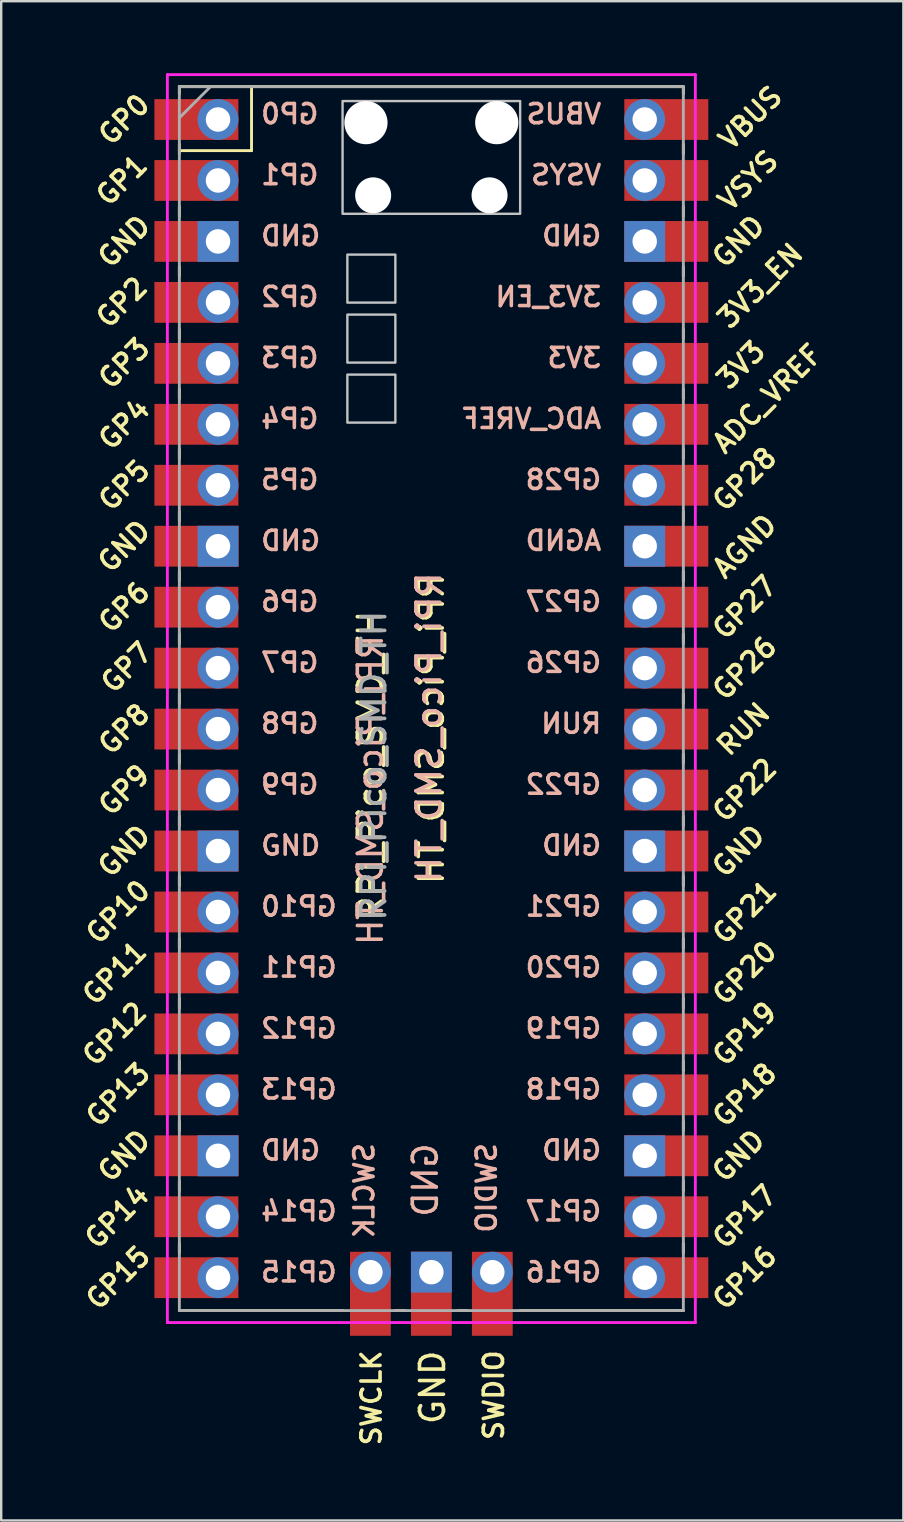
<source format=kicad_pcb>
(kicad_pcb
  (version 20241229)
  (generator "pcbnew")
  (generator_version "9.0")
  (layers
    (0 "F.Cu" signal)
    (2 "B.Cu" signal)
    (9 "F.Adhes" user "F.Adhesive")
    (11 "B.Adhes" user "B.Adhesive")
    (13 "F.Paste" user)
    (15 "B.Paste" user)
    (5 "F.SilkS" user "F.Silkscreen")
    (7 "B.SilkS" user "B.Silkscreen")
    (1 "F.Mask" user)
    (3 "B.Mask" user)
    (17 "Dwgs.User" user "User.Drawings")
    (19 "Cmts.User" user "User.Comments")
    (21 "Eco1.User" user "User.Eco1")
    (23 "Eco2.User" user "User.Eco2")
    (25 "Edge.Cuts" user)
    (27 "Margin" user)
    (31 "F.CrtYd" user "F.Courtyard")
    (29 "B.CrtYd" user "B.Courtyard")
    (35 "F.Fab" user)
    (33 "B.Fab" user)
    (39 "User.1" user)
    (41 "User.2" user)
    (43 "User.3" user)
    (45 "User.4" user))
  (footprint "RPi_Pico_SMD_TH"
    (layer "F.Cu")
    (at 14.924 26.06)
    (property "Reference" "RPi_Pico_SMD_TH" (at -2.54 2.8 90) (layer "F.SilkS") (effects (font (size 1 1) (thickness 0.15))))
    (property "Value" "RPi_Pico_SMD_TH" (at -0.1 1.2 90) (layer "F.Fab") (hide yes) (effects (font (size 1 1) (thickness 0.15))))
    (attr through_hole)
    (fp_line (start -10.5 -25.5) (end -10.5 -25.2) (stroke (width 0.12) (type solid)) (layer "F.SilkS"))
    (fp_line (start -10.5 -25.5) (end 10.5 -25.5) (stroke (width 0.12) (type solid)) (layer "F.SilkS"))
    (fp_line (start -10.5 -23.1) (end -10.5 -22.7) (stroke (width 0.12) (type solid)) (layer "F.SilkS"))
    (fp_line (start -10.5 -22.833) (end -7.493 -22.833) (stroke (width 0.12) (type solid)) (layer "F.SilkS"))
    (fp_line (start -10.5 -20.5) (end -10.5 -20.1) (stroke (width 0.12) (type solid)) (layer "F.SilkS"))
    (fp_line (start -10.5 -18) (end -10.5 -17.6) (stroke (width 0.12) (type solid)) (layer "F.SilkS"))
    (fp_line (start -10.5 -15.4) (end -10.5 -15) (stroke (width 0.12) (type solid)) (layer "F.SilkS"))
    (fp_line (start -10.5 -12.9) (end -10.5 -12.5) (stroke (width 0.12) (type solid)) (layer "F.SilkS"))
    (fp_line (start -10.5 -10.4) (end -10.5 -10) (stroke (width 0.12) (type solid)) (layer "F.SilkS"))
    (fp_line (start -10.5 -7.8) (end -10.5 -7.4) (stroke (width 0.12) (type solid)) (layer "F.SilkS"))
    (fp_line (start -10.5 -5.3) (end -10.5 -4.9) (stroke (width 0.12) (type solid)) (layer "F.SilkS"))
    (fp_line (start -10.5 -2.7) (end -10.5 -2.3) (stroke (width 0.12) (type solid)) (layer "F.SilkS"))
    (fp_line (start -10.5 -0.2) (end -10.5 0.2) (stroke (width 0.12) (type solid)) (layer "F.SilkS"))
    (fp_line (start -10.5 2.3) (end -10.5 2.7) (stroke (width 0.12) (type solid)) (layer "F.SilkS"))
    (fp_line (start -10.5 4.9) (end -10.5 5.3) (stroke (width 0.12) (type solid)) (layer "F.SilkS"))
    (fp_line (start -10.5 7.4) (end -10.5 7.8) (stroke (width 0.12) (type solid)) (layer "F.SilkS"))
    (fp_line (start -10.5 10) (end -10.5 10.4) (stroke (width 0.12) (type solid)) (layer "F.SilkS"))
    (fp_line (start -10.5 12.5) (end -10.5 12.9) (stroke (width 0.12) (type solid)) (layer "F.SilkS"))
    (fp_line (start -10.5 15.1) (end -10.5 15.5) (stroke (width 0.12) (type solid)) (layer "F.SilkS"))
    (fp_line (start -10.5 17.6) (end -10.5 18) (stroke (width 0.12) (type solid)) (layer "F.SilkS"))
    (fp_line (start -10.5 20.1) (end -10.5 20.5) (stroke (width 0.12) (type solid)) (layer "F.SilkS"))
    (fp_line (start -10.5 22.7) (end -10.5 23.1) (stroke (width 0.12) (type solid)) (layer "F.SilkS"))
    (fp_line (start -7.493 -22.833) (end -7.493 -25.5) (stroke (width 0.12) (type solid)) (layer "F.SilkS"))
    (fp_line (start -3.7 25.5) (end -10.5 25.5) (stroke (width 0.12) (type solid)) (layer "F.SilkS"))
    (fp_line (start -1.5 25.5) (end -1.1 25.5) (stroke (width 0.12) (type solid)) (layer "F.SilkS"))
    (fp_line (start 1.1 25.5) (end 1.5 25.5) (stroke (width 0.12) (type solid)) (layer "F.SilkS"))
    (fp_line (start 10.5 -25.5) (end 10.5 -25.2) (stroke (width 0.12) (type solid)) (layer "F.SilkS"))
    (fp_line (start 10.5 -23.1) (end 10.5 -22.7) (stroke (width 0.12) (type solid)) (layer "F.SilkS"))
    (fp_line (start 10.5 -20.5) (end 10.5 -20.1) (stroke (width 0.12) (type solid)) (layer "F.SilkS"))
    (fp_line (start 10.5 -18) (end 10.5 -17.6) (stroke (width 0.12) (type solid)) (layer "F.SilkS"))
    (fp_line (start 10.5 -15.4) (end 10.5 -15) (stroke (width 0.12) (type solid)) (layer "F.SilkS"))
    (fp_line (start 10.5 -12.9) (end 10.5 -12.5) (stroke (width 0.12) (type solid)) (layer "F.SilkS"))
    (fp_line (start 10.5 -10.4) (end 10.5 -10) (stroke (width 0.12) (type solid)) (layer "F.SilkS"))
    (fp_line (start 10.5 -7.8) (end 10.5 -7.4) (stroke (width 0.12) (type solid)) (layer "F.SilkS"))
    (fp_line (start 10.5 -5.3) (end 10.5 -4.9) (stroke (width 0.12) (type solid)) (layer "F.SilkS"))
    (fp_line (start 10.5 -2.7) (end 10.5 -2.3) (stroke (width 0.12) (type solid)) (layer "F.SilkS"))
    (fp_line (start 10.5 -0.2) (end 10.5 0.2) (stroke (width 0.12) (type solid)) (layer "F.SilkS"))
    (fp_line (start 10.5 2.3) (end 10.5 2.7) (stroke (width 0.12) (type solid)) (layer "F.SilkS"))
    (fp_line (start 10.5 4.9) (end 10.5 5.3) (stroke (width 0.12) (type solid)) (layer "F.SilkS"))
    (fp_line (start 10.5 7.4) (end 10.5 7.8) (stroke (width 0.12) (type solid)) (layer "F.SilkS"))
    (fp_line (start 10.5 10) (end 10.5 10.4) (stroke (width 0.12) (type solid)) (layer "F.SilkS"))
    (fp_line (start 10.5 12.5) (end 10.5 12.9) (stroke (width 0.12) (type solid)) (layer "F.SilkS"))
    (fp_line (start 10.5 15.1) (end 10.5 15.5) (stroke (width 0.12) (type solid)) (layer "F.SilkS"))
    (fp_line (start 10.5 17.6) (end 10.5 18) (stroke (width 0.12) (type solid)) (layer "F.SilkS"))
    (fp_line (start 10.5 20.1) (end 10.5 20.5) (stroke (width 0.12) (type solid)) (layer "F.SilkS"))
    (fp_line (start 10.5 22.7) (end 10.5 23.1) (stroke (width 0.12) (type solid)) (layer "F.SilkS"))
    (fp_line (start 10.5 25.5) (end 3.7 25.5) (stroke (width 0.12) (type solid)) (layer "F.SilkS"))
    (fp_poly (pts (xy -1.5 -16.5) (xy -3.5 -16.5) (xy -3.5 -18.5) (xy -1.5 -18.5)) (stroke (width 0.1) (type solid)) (fill no) (layer "Dwgs.User"))
    (fp_poly (pts (xy -1.5 -14) (xy -3.5 -14) (xy -3.5 -16) (xy -1.5 -16)) (stroke (width 0.1) (type solid)) (fill no) (layer "Dwgs.User"))
    (fp_poly (pts (xy -1.5 -11.5) (xy -3.5 -11.5) (xy -3.5 -13.5) (xy -1.5 -13.5)) (stroke (width 0.1) (type solid)) (fill no) (layer "Dwgs.User"))
    (fp_poly (pts (xy 3.7 -20.2) (xy -3.7 -20.2) (xy -3.7 -24.9) (xy 3.7 -24.9)) (stroke (width 0.1) (type solid)) (fill no) (layer "Dwgs.User"))
    (fp_line (start -11 -26) (end 11 -26) (stroke (width 0.12) (type solid)) (layer "F.CrtYd"))
    (fp_line (start -11 26) (end -11 -26) (stroke (width 0.12) (type solid)) (layer "F.CrtYd"))
    (fp_line (start 11 -26) (end 11 26) (stroke (width 0.12) (type solid)) (layer "F.CrtYd"))
    (fp_line (start 11 26) (end -11 26) (stroke (width 0.12) (type solid)) (layer "F.CrtYd"))
    (fp_line (start -10.5 -25.5) (end 10.5 -25.5) (stroke (width 0.12) (type solid)) (layer "F.Fab"))
    (fp_line (start -10.5 -24.2) (end -9.2 -25.5) (stroke (width 0.12) (type solid)) (layer "F.Fab"))
    (fp_line (start -10.5 25.5) (end -10.5 -25.5) (stroke (width 0.12) (type solid)) (layer "F.Fab"))
    (fp_line (start 10.5 -25.5) (end 10.5 25.5) (stroke (width 0.12) (type solid)) (layer "F.Fab"))
    (fp_line (start 10.5 25.5) (end -10.5 25.5) (stroke (width 0.12) (type solid)) (layer "F.Fab"))
    (fp_text user "GP0" (at -12.8 -24.13 45) (layer "F.SilkS") (effects (font (size 0.8 0.8) (thickness 0.15))))
    (fp_text user "GP10" (at -13.054 8.89 45) (layer "F.SilkS") (effects (font (size 0.8 0.8) (thickness 0.15))))
    (fp_text user "3V3_EN" (at 13.7 -17.2 45) (layer "F.SilkS") (effects (font (size 0.8 0.8) (thickness 0.15))))
    (fp_text user "GP2" (at -12.9 -16.51 45) (layer "F.SilkS") (effects (font (size 0.8 0.8) (thickness 0.15))))
    (fp_text user "GND" (at 12.8 -19.05 45) (layer "F.SilkS") (effects (font (size 0.8 0.8) (thickness 0.15))))
    (fp_text user "GND" (at 0.05 28.7 90) (unlocked yes) (layer "F.SilkS") (effects (font (size 1 1) (thickness 0.15))))
    (fp_text user "AGND" (at 13.054 -6.35 45) (layer "F.SilkS") (effects (font (size 0.8 0.8) (thickness 0.15))))
    (fp_text user "VSYS" (at 13.2 -21.59 45) (layer "F.SilkS") (effects (font (size 0.8 0.8) (thickness 0.15))))
    (fp_text user "GP19" (at 13.054 13.97 45) (layer "F.SilkS") (effects (font (size 0.8 0.8) (thickness 0.15))))
    (fp_text user "GP17" (at 13.054 21.59 45) (layer "F.SilkS") (effects (font (size 0.8 0.8) (thickness 0.15))))
    (fp_text user "GP5" (at -12.8 -8.89 45) (layer "F.SilkS") (effects (font (size 0.8 0.8) (thickness 0.15))))
    (fp_text user "GP12" (at -13.2 13.97 45) (layer "F.SilkS") (effects (font (size 0.8 0.8) (thickness 0.15))))
    (fp_text user "GND" (at -12.8 6.35 45) (layer "F.SilkS") (effects (font (size 0.8 0.8) (thickness 0.15))))
    (fp_text user "GP13" (at -13.054 16.51 45) (layer "F.SilkS") (effects (font (size 0.8 0.8) (thickness 0.15))))
    (fp_text user "GP14" (at -13.1 21.59 45) (layer "F.SilkS") (effects (font (size 0.8 0.8) (thickness 0.15))))
    (fp_text user "GP28" (at 13.054 -9.144 45) (layer "F.SilkS") (effects (font (size 0.8 0.8) (thickness 0.15))))
    (fp_text user "ADC_VREF" (at 14 -12.5 45) (layer "F.SilkS") (effects (font (size 0.8 0.8) (thickness 0.15))))
    (fp_text user "GP6" (at -12.8 -3.81 45) (layer "F.SilkS") (effects (font (size 0.8 0.8) (thickness 0.15))))
    (fp_text user "GND" (at 12.8 19.05 45) (layer "F.SilkS") (effects (font (size 0.8 0.8) (thickness 0.15))))
    (fp_text user "GP15" (at -13.054 24.13 45) (layer "F.SilkS") (effects (font (size 0.8 0.8) (thickness 0.15))))
    (fp_text user "GP20" (at 13.054 11.43 45) (layer "F.SilkS") (effects (font (size 0.8 0.8) (thickness 0.15))))
    (fp_text user "GND" (at -12.8 -6.35 45) (layer "F.SilkS") (effects (font (size 0.8 0.8) (thickness 0.15))))
    (fp_text user "GP21" (at 13.054 8.9 45) (layer "F.SilkS") (effects (font (size 0.8 0.8) (thickness 0.15))))
    (fp_text user "GP3" (at -12.8 -13.97 45) (layer "F.SilkS") (effects (font (size 0.8 0.8) (thickness 0.15))))
    (fp_text user "SWCLK" (at -2.5 29.138 90) (layer "F.SilkS") (effects (font (size 0.8 0.8) (thickness 0.15))))
    (fp_text user "GP18" (at 13.054 16.51 45) (layer "F.SilkS") (effects (font (size 0.8 0.8) (thickness 0.15))))
    (fp_text user "GND" (at 12.8 6.35 45) (layer "F.SilkS") (effects (font (size 0.8 0.8) (thickness 0.15))))
    (fp_text user "GP7" (at -12.7 -1.3 45) (layer "F.SilkS") (effects (font (size 0.8 0.8) (thickness 0.15))))
    (fp_text user "RUN" (at 13 1.27 45) (layer "F.SilkS") (effects (font (size 0.8 0.8) (thickness 0.15))))
    (fp_text user "GND" (at -12.8 19.05 45) (layer "F.SilkS") (effects (font (size 0.8 0.8) (thickness 0.15))))
    (fp_text user "GP9" (at -12.8 3.81 45) (layer "F.SilkS") (effects (font (size 0.8 0.8) (thickness 0.15))))
    (fp_text user "GP4" (at -12.8 -11.43 45) (layer "F.SilkS") (effects (font (size 0.8 0.8) (thickness 0.15))))
    (fp_text user "SWDIO" (at 2.6 29.024 90) (layer "F.SilkS") (effects (font (size 0.8 0.8) (thickness 0.15))))
    (fp_text user "GP26" (at 13.054 -1.27 45) (layer "F.SilkS") (effects (font (size 0.8 0.8) (thickness 0.15))))
    (fp_text user "GP22" (at 13.054 3.81 45) (layer "F.SilkS") (effects (font (size 0.8 0.8) (thickness 0.15))))
    (fp_text user "GP11" (at -13.2 11.43 45) (layer "F.SilkS") (effects (font (size 0.8 0.8) (thickness 0.15))))
    (fp_text user "${VALUE}" (at 0 1.27 90) (layer "F.SilkS") (effects (font (size 1 1) (thickness 0.15)) (justify mirror)))
    (fp_text user "GND" (at -12.8 -19.05 45) (layer "F.SilkS") (effects (font (size 0.8 0.8) (thickness 0.15))))
    (fp_text user "3V3" (at 12.9 -13.9 45) (layer "F.SilkS") (effects (font (size 0.8 0.8) (thickness 0.15))))
    (fp_text user "GP1" (at -12.9 -21.6 45) (layer "F.SilkS") (effects (font (size 0.8 0.8) (thickness 0.15))))
    (fp_text user "GP16" (at 13.054 24.13 45) (layer "F.SilkS") (effects (font (size 0.8 0.8) (thickness 0.15))))
    (fp_text user "GP27" (at 13.054 -3.8 45) (layer "F.SilkS") (effects (font (size 0.8 0.8) (thickness 0.15))))
    (fp_text user "GP8" (at -12.8 1.27 45) (layer "F.SilkS") (effects (font (size 0.8 0.8) (thickness 0.15))))
    (fp_text user "VBUS" (at 13.3 -24.2 45) (layer "F.SilkS") (effects (font (size 0.8 0.8) (thickness 0.15))))
    (fp_text user "AGND" (at 5.503 -6.58 0) (layer "B.SilkS") (effects (font (size 0.8 0.8) (thickness 0.15)) (justify mirror)))
    (fp_text user "GP8" (at -5.9 1.04 0) (layer "B.SilkS") (effects (font (size 0.8 0.8) (thickness 0.15)) (justify mirror)))
    (fp_text user "GND" (at 5.846 -19.28 0) (layer "B.SilkS") (effects (font (size 0.8 0.8) (thickness 0.15)) (justify mirror)))
    (fp_text user "VBUS" (at 5.522 -24.36 0) (layer "B.SilkS") (effects (font (size 0.8 0.8) (thickness 0.15)) (justify mirror)))
    (fp_text user "GP18" (at 5.503 16.28 0) (layer "B.SilkS") (effects (font (size 0.8 0.8) (thickness 0.15)) (justify mirror)))
    (fp_text user "VSYS" (at 5.617 -21.82 0) (layer "B.SilkS") (effects (font (size 0.8 0.8) (thickness 0.15)) (justify mirror)))
    (fp_text user "GP14" (at -5.519 21.36 0) (layer "B.SilkS") (effects (font (size 0.8 0.8) (thickness 0.15)) (justify mirror)))
    (fp_text user "GP10" (at -5.519 8.66 0) (layer "B.SilkS") (effects (font (size 0.8 0.8) (thickness 0.15)) (justify mirror)))
    (fp_text user "GP12" (at -5.519 13.74 0) (layer "B.SilkS") (effects (font (size 0.8 0.8) (thickness 0.15)) (justify mirror)))
    (fp_text user "GP13" (at -5.519 16.28 0) (layer "B.SilkS") (effects (font (size 0.8 0.8) (thickness 0.15)) (justify mirror)))
    (fp_text user "RUN" (at 5.827 1.04 0) (layer "B.SilkS") (effects (font (size 0.8 0.8) (thickness 0.15)) (justify mirror)))
    (fp_text user "SWDIO" (at 2.3 20.386 90) (layer "B.SilkS") (effects (font (size 0.8 0.8) (thickness 0.15)) (justify mirror)))
    (fp_text user "GND" (at -5.862 -19.28 0) (layer "B.SilkS") (effects (font (size 0.8 0.8) (thickness 0.15)) (justify mirror)))
    (fp_text user "SWCLK" (at -2.8 20.5 90) (layer "B.SilkS") (effects (font (size 0.8 0.8) (thickness 0.15)) (justify mirror)))
    (fp_text user "GP9" (at -5.9 3.58 0) (layer "B.SilkS") (effects (font (size 0.8 0.8) (thickness 0.15)) (justify mirror)))
    (fp_text user "GND" (at 5.846 6.12 0) (layer "B.SilkS") (effects (font (size 0.8 0.8) (thickness 0.15)) (justify mirror)))
    (fp_text user "ADC_VREF" (at 4.17 -11.66 0) (layer "B.SilkS") (effects (font (size 0.8 0.8) (thickness 0.15)) (justify mirror)))
    (fp_text user "GP6" (at -5.9 -4.04 0) (layer "B.SilkS") (effects (font (size 0.8 0.8) (thickness 0.15)) (justify mirror)))
    (fp_text user "GP17" (at 5.503 21.36 0) (layer "B.SilkS") (effects (font (size 0.8 0.8) (thickness 0.15)) (justify mirror)))
    (fp_text user "GP7" (at -5.9 -1.5 0) (layer "B.SilkS") (effects (font (size 0.8 0.8) (thickness 0.15)) (justify mirror)))
    (fp_text user "GP16" (at 5.503 23.9 0) (layer "B.SilkS") (effects (font (size 0.8 0.8) (thickness 0.15)) (justify mirror)))
    (fp_text user "GP21" (at 5.503 8.66 0) (layer "B.SilkS") (effects (font (size 0.8 0.8) (thickness 0.15)) (justify mirror)))
    (fp_text user "GND" (at -5.862 -6.58 0) (layer "B.SilkS") (effects (font (size 0.8 0.8) (thickness 0.15)) (justify mirror)))
    (fp_text user "GP27" (at 5.503 -4.04 0) (layer "B.SilkS") (effects (font (size 0.8 0.8) (thickness 0.15)) (justify mirror)))
    (fp_text user "GP11" (at -5.519 11.2 0) (layer "B.SilkS") (effects (font (size 0.8 0.8) (thickness 0.15)) (justify mirror)))
    (fp_text user "GP1" (at -5.9 -21.82 0) (layer "B.SilkS") (effects (font (size 0.8 0.8) (thickness 0.15)) (justify mirror)))
    (fp_text user "GND" (at -0.25 20.062 90) (unlocked yes) (layer "B.SilkS") (effects (font (size 1 1) (thickness 0.15)) (justify mirror)))
    (fp_text user "GP26" (at 5.503 -1.5 0) (layer "B.SilkS") (effects (font (size 0.8 0.8) (thickness 0.15)) (justify mirror)))
    (fp_text user "GP28" (at 5.503 -9.12 0) (layer "B.SilkS") (effects (font (size 0.8 0.8) (thickness 0.15)) (justify mirror)))
    (fp_text user "GND" (at 5.846 18.82 0) (layer "B.SilkS") (effects (font (size 0.8 0.8) (thickness 0.15)) (justify mirror)))
    (fp_text user "GP22" (at 5.503 3.58 0) (layer "B.SilkS") (effects (font (size 0.8 0.8) (thickness 0.15)) (justify mirror)))
    (fp_text user "3V3_EN" (at 4.875 -16.74 0) (layer "B.SilkS") (effects (font (size 0.8 0.8) (thickness 0.15)) (justify mirror)))
    (fp_text user "GP0" (at -5.9 -24.36 0) (layer "B.SilkS") (effects (font (size 0.8 0.8) (thickness 0.15)) (justify mirror)))
    (fp_text user "3V3" (at 5.96 -14.2 0) (layer "B.SilkS") (effects (font (size 0.8 0.8) (thickness 0.15)) (justify mirror)))
    (fp_text user "GP4" (at -5.9 -11.66 0) (layer "B.SilkS") (effects (font (size 0.8 0.8) (thickness 0.15)) (justify mirror)))
    (fp_text user "${REFERENCE" (at -2.54 3.81 90) (unlocked yes) (layer "B.SilkS") (effects (font (size 1 1) (thickness 0.15)) (justify mirror)))
    (fp_text user "GP2" (at -5.9 -16.74 0) (layer "B.SilkS") (effects (font (size 0.8 0.8) (thickness 0.15)) (justify mirror)))
    (fp_text user "GND" (at -5.862 18.82 0) (layer "B.SilkS") (effects (font (size 0.8 0.8) (thickness 0.15)) (justify mirror)))
    (fp_text user "GP3" (at -5.9 -14.2 0) (layer "B.SilkS") (effects (font (size 0.8 0.8) (thickness 0.15)) (justify mirror)))
    (fp_text user "${VALUE}" (at -0.1 1.2 90) (layer "B.SilkS") (effects (font (size 1 1) (thickness 0.15)) (justify mirror)))
    (fp_text user "GP20" (at 5.503 11.2 0) (layer "B.SilkS") (effects (font (size 0.8 0.8) (thickness 0.15)) (justify mirror)))
    (fp_text user "GND" (at -5.862 6.12 0) (layer "B.SilkS") (effects (font (size 0.8 0.8) (thickness 0.15))))
    (fp_text user "GP5" (at -5.9 -9.12 0) (layer "B.SilkS") (effects (font (size 0.8 0.8) (thickness 0.15)) (justify mirror)))
    (fp_text user "GP15" (at -5.519 23.9 0) (layer "B.SilkS") (effects (font (size 0.8 0.8) (thickness 0.15)) (justify mirror)))
    (fp_text user "GP19" (at 5.503 13.74 0) (layer "B.SilkS") (effects (font (size 0.8 0.8) (thickness 0.15)) (justify mirror)))
    (fp_text user "${REFERENCE}" (at -2.4 2.8 270) (layer "F.Fab") (effects (font (size 1 1) (thickness 0.15))))
    (pad "" np_thru_hole oval (at -2.725 -24) (size 1.8 1.8) (drill 1.8) (layers "*.Cu" "*.Mask"))
    (pad "" np_thru_hole oval (at -2.425 -20.97) (size 1.5 1.5) (drill 1.5) (layers "*.Cu" "*.Mask"))
    (pad "" np_thru_hole oval (at 2.425 -20.97) (size 1.5 1.5) (drill 1.5) (layers "*.Cu" "*.Mask"))
    (pad "" np_thru_hole oval (at 2.725 -24) (size 1.8 1.8) (drill 1.8) (layers "*.Cu" "*.Mask"))
    (pad "1" thru_hole oval (at -8.89 -24.13) (size 1.7 1.7) (drill 1.02) (layers "*.Cu" "*.Mask"))
    (pad "1" smd rect (at -8.89 -24.13) (size 3.5 1.7) (drill (offset -0.9 0)) (layers "F.Cu" "F.Mask"))
    (pad "2" thru_hole oval (at -8.89 -21.59) (size 1.7 1.7) (drill 1.02) (layers "*.Cu" "*.Mask"))
    (pad "2" smd rect (at -8.89 -21.59) (size 3.5 1.7) (drill (offset -0.9 0)) (layers "F.Cu" "F.Mask"))
    (pad "3" thru_hole rect (at -8.89 -19.05) (size 1.7 1.7) (drill 1.02) (layers "*.Cu" "*.Mask"))
    (pad "3" smd rect (at -8.89 -19.05) (size 3.5 1.7) (drill (offset -0.9 0)) (layers "F.Cu" "F.Mask"))
    (pad "4" thru_hole oval (at -8.89 -16.51) (size 1.7 1.7) (drill 1.02) (layers "*.Cu" "*.Mask"))
    (pad "4" smd rect (at -8.89 -16.51) (size 3.5 1.7) (drill (offset -0.9 0)) (layers "F.Cu" "F.Mask"))
    (pad "5" thru_hole oval (at -8.89 -13.97) (size 1.7 1.7) (drill 1.02) (layers "*.Cu" "*.Mask"))
    (pad "5" smd rect (at -8.89 -13.97) (size 3.5 1.7) (drill (offset -0.9 0)) (layers "F.Cu" "F.Mask"))
    (pad "6" thru_hole oval (at -8.89 -11.43) (size 1.7 1.7) (drill 1.02) (layers "*.Cu" "*.Mask"))
    (pad "6" smd rect (at -8.89 -11.43) (size 3.5 1.7) (drill (offset -0.9 0)) (layers "F.Cu" "F.Mask"))
    (pad "7" thru_hole oval (at -8.89 -8.89) (size 1.7 1.7) (drill 1.02) (layers "*.Cu" "*.Mask"))
    (pad "7" smd rect (at -8.89 -8.89) (size 3.5 1.7) (drill (offset -0.9 0)) (layers "F.Cu" "F.Mask"))
    (pad "8" thru_hole rect (at -8.89 -6.35) (size 1.7 1.7) (drill 1.02) (layers "*.Cu" "*.Mask"))
    (pad "8" smd rect (at -8.89 -6.35) (size 3.5 1.7) (drill (offset -0.9 0)) (layers "F.Cu" "F.Mask"))
    (pad "9" thru_hole oval (at -8.89 -3.81) (size 1.7 1.7) (drill 1.02) (layers "*.Cu" "*.Mask"))
    (pad "9" smd rect (at -8.89 -3.81) (size 3.5 1.7) (drill (offset -0.9 0)) (layers "F.Cu" "F.Mask"))
    (pad "10" thru_hole oval (at -8.89 -1.27) (size 1.7 1.7) (drill 1.02) (layers "*.Cu" "*.Mask"))
    (pad "10" smd rect (at -8.89 -1.27) (size 3.5 1.7) (drill (offset -0.9 0)) (layers "F.Cu" "F.Mask"))
    (pad "11" thru_hole oval (at -8.89 1.27) (size 1.7 1.7) (drill 1.02) (layers "*.Cu" "*.Mask"))
    (pad "11" smd rect (at -8.89 1.27) (size 3.5 1.7) (drill (offset -0.9 0)) (layers "F.Cu" "F.Mask"))
    (pad "12" thru_hole oval (at -8.89 3.81) (size 1.7 1.7) (drill 1.02) (layers "*.Cu" "*.Mask"))
    (pad "12" smd rect (at -8.89 3.81) (size 3.5 1.7) (drill (offset -0.9 0)) (layers "F.Cu" "F.Mask"))
    (pad "13" thru_hole rect (at -8.89 6.35) (size 1.7 1.7) (drill 1.02) (layers "*.Cu" "*.Mask"))
    (pad "13" smd rect (at -8.89 6.35) (size 3.5 1.7) (drill (offset -0.9 0)) (layers "F.Cu" "F.Mask"))
    (pad "14" thru_hole oval (at -8.89 8.89) (size 1.7 1.7) (drill 1.02) (layers "*.Cu" "*.Mask"))
    (pad "14" smd rect (at -8.89 8.89) (size 3.5 1.7) (drill (offset -0.9 0)) (layers "F.Cu" "F.Mask"))
    (pad "15" thru_hole oval (at -8.89 11.43) (size 1.7 1.7) (drill 1.02) (layers "*.Cu" "*.Mask"))
    (pad "15" smd rect (at -8.89 11.43) (size 3.5 1.7) (drill (offset -0.9 0)) (layers "F.Cu" "F.Mask"))
    (pad "16" thru_hole oval (at -8.89 13.97) (size 1.7 1.7) (drill 1.02) (layers "*.Cu" "*.Mask"))
    (pad "16" smd rect (at -8.89 13.97) (size 3.5 1.7) (drill (offset -0.9 0)) (layers "F.Cu" "F.Mask"))
    (pad "17" thru_hole oval (at -8.89 16.51) (size 1.7 1.7) (drill 1.02) (layers "*.Cu" "*.Mask"))
    (pad "17" smd rect (at -8.89 16.51) (size 3.5 1.7) (drill (offset -0.9 0)) (layers "F.Cu" "F.Mask"))
    (pad "18" thru_hole rect (at -8.89 19.05) (size 1.7 1.7) (drill 1.02) (layers "*.Cu" "*.Mask"))
    (pad "18" smd rect (at -8.89 19.05) (size 3.5 1.7) (drill (offset -0.9 0)) (layers "F.Cu" "F.Mask"))
    (pad "19" thru_hole oval (at -8.89 21.59) (size 1.7 1.7) (drill 1.02) (layers "*.Cu" "*.Mask"))
    (pad "19" smd rect (at -8.89 21.59) (size 3.5 1.7) (drill (offset -0.9 0)) (layers "F.Cu" "F.Mask"))
    (pad "20" thru_hole oval (at -8.89 24.13) (size 1.7 1.7) (drill 1.02) (layers "*.Cu" "*.Mask"))
    (pad "20" smd rect (at -8.89 24.13) (size 3.5 1.7) (drill (offset -0.9 0)) (layers "F.Cu" "F.Mask"))
    (pad "21" thru_hole oval (at 8.89 24.13) (size 1.7 1.7) (drill 1.02) (layers "*.Cu" "*.Mask"))
    (pad "21" smd rect (at 8.89 24.13) (size 3.5 1.7) (drill (offset 0.9 0)) (layers "F.Cu" "F.Mask"))
    (pad "22" thru_hole oval (at 8.89 21.59) (size 1.7 1.7) (drill 1.02) (layers "*.Cu" "*.Mask"))
    (pad "22" smd rect (at 8.89 21.59) (size 3.5 1.7) (drill (offset 0.9 0)) (layers "F.Cu" "F.Mask"))
    (pad "23" thru_hole rect (at 8.89 19.05) (size 1.7 1.7) (drill 1.02) (layers "*.Cu" "*.Mask"))
    (pad "23" smd rect (at 8.89 19.05) (size 3.5 1.7) (drill (offset 0.9 0)) (layers "F.Cu" "F.Mask"))
    (pad "24" thru_hole oval (at 8.89 16.51) (size 1.7 1.7) (drill 1.02) (layers "*.Cu" "*.Mask"))
    (pad "24" smd rect (at 8.89 16.51) (size 3.5 1.7) (drill (offset 0.9 0)) (layers "F.Cu" "F.Mask"))
    (pad "25" thru_hole oval (at 8.89 13.97) (size 1.7 1.7) (drill 1.02) (layers "*.Cu" "*.Mask"))
    (pad "25" smd rect (at 8.89 13.97) (size 3.5 1.7) (drill (offset 0.9 0)) (layers "F.Cu" "F.Mask"))
    (pad "26" thru_hole oval (at 8.89 11.43) (size 1.7 1.7) (drill 1.02) (layers "*.Cu" "*.Mask"))
    (pad "26" smd rect (at 8.89 11.43) (size 3.5 1.7) (drill (offset 0.9 0)) (layers "F.Cu" "F.Mask"))
    (pad "27" thru_hole oval (at 8.89 8.89) (size 1.7 1.7) (drill 1.02) (layers "*.Cu" "*.Mask"))
    (pad "27" smd rect (at 8.89 8.89) (size 3.5 1.7) (drill (offset 0.9 0)) (layers "F.Cu" "F.Mask"))
    (pad "28" thru_hole rect (at 8.89 6.35) (size 1.7 1.7) (drill 1.02) (layers "*.Cu" "*.Mask"))
    (pad "28" smd rect (at 8.89 6.35) (size 3.5 1.7) (drill (offset 0.9 0)) (layers "F.Cu" "F.Mask"))
    (pad "29" thru_hole oval (at 8.89 3.81) (size 1.7 1.7) (drill 1.02) (layers "*.Cu" "*.Mask"))
    (pad "29" smd rect (at 8.89 3.81) (size 3.5 1.7) (drill (offset 0.9 0)) (layers "F.Cu" "F.Mask"))
    (pad "30" thru_hole oval (at 8.89 1.27) (size 1.7 1.7) (drill 1.02) (layers "*.Cu" "*.Mask"))
    (pad "30" smd rect (at 8.89 1.27) (size 3.5 1.7) (drill (offset 0.9 0)) (layers "F.Cu" "F.Mask"))
    (pad "31" thru_hole oval (at 8.89 -1.27) (size 1.7 1.7) (drill 1.02) (layers "*.Cu" "*.Mask"))
    (pad "31" smd rect (at 8.89 -1.27) (size 3.5 1.7) (drill (offset 0.9 0)) (layers "F.Cu" "F.Mask"))
    (pad "32" thru_hole oval (at 8.89 -3.81) (size 1.7 1.7) (drill 1.02) (layers "*.Cu" "*.Mask"))
    (pad "32" smd rect (at 8.89 -3.81) (size 3.5 1.7) (drill (offset 0.9 0)) (layers "F.Cu" "F.Mask"))
    (pad "33" thru_hole rect (at 8.89 -6.35) (size 1.7 1.7) (drill 1.02) (layers "*.Cu" "*.Mask"))
    (pad "33" smd rect (at 8.89 -6.35) (size 3.5 1.7) (drill (offset 0.9 0)) (layers "F.Cu" "F.Mask"))
    (pad "34" thru_hole oval (at 8.89 -8.89) (size 1.7 1.7) (drill 1.02) (layers "*.Cu" "*.Mask"))
    (pad "34" smd rect (at 8.89 -8.89) (size 3.5 1.7) (drill (offset 0.9 0)) (layers "F.Cu" "F.Mask"))
    (pad "35" thru_hole oval (at 8.89 -11.43) (size 1.7 1.7) (drill 1.02) (layers "*.Cu" "*.Mask"))
    (pad "35" smd rect (at 8.89 -11.43) (size 3.5 1.7) (drill (offset 0.9 0)) (layers "F.Cu" "F.Mask"))
    (pad "36" thru_hole oval (at 8.89 -13.97) (size 1.7 1.7) (drill 1.02) (layers "*.Cu" "*.Mask"))
    (pad "36" smd rect (at 8.89 -13.97) (size 3.5 1.7) (drill (offset 0.9 0)) (layers "F.Cu" "F.Mask"))
    (pad "37" thru_hole oval (at 8.89 -16.51) (size 1.7 1.7) (drill 1.02) (layers "*.Cu" "*.Mask"))
    (pad "37" smd rect (at 8.89 -16.51) (size 3.5 1.7) (drill (offset 0.9 0)) (layers "F.Cu" "F.Mask"))
    (pad "38" thru_hole rect (at 8.89 -19.05) (size 1.7 1.7) (drill 1.02) (layers "*.Cu" "*.Mask"))
    (pad "38" smd rect (at 8.89 -19.05) (size 3.5 1.7) (drill (offset 0.9 0)) (layers "F.Cu" "F.Mask"))
    (pad "39" thru_hole oval (at 8.89 -21.59) (size 1.7 1.7) (drill 1.02) (layers "*.Cu" "*.Mask"))
    (pad "39" smd rect (at 8.89 -21.59) (size 3.5 1.7) (drill (offset 0.9 0)) (layers "F.Cu" "F.Mask"))
    (pad "40" thru_hole oval (at 8.89 -24.13) (size 1.7 1.7) (drill 1.02) (layers "*.Cu" "*.Mask"))
    (pad "40" smd rect (at 8.89 -24.13) (size 3.5 1.7) (drill (offset 0.9 0)) (layers "F.Cu" "F.Mask"))
    (pad "41" thru_hole oval (at -2.54 23.9) (size 1.7 1.7) (drill 1.02) (layers "*.Cu" "*.Mask"))
    (pad "41" smd rect (at -2.54 23.9 90) (size 3.5 1.7) (drill (offset -0.9 0)) (layers "F.Cu" "F.Mask"))
    (pad "42" thru_hole rect (at 0 23.9) (size 1.7 1.7) (drill 1.02) (layers "*.Cu" "*.Mask"))
    (pad "42" smd rect (at 0 23.9 90) (size 3.5 1.7) (drill (offset -0.9 0)) (layers "F.Cu" "F.Mask"))
    (pad "43" thru_hole oval (at 2.54 23.9) (size 1.7 1.7) (drill 1.02) (layers "*.Cu" "*.Mask"))
    (pad "43" smd rect (at 2.54 23.9 90) (size 3.5 1.7) (drill (offset -0.9 0)) (layers "F.Cu" "F.Mask")))
  (gr_rect
    (start -3 -3)
    (end 34.591 60.305)
    (stroke (width 0.1) (type default))
    (fill no)
    (layer "Edge.Cuts")))
</source>
